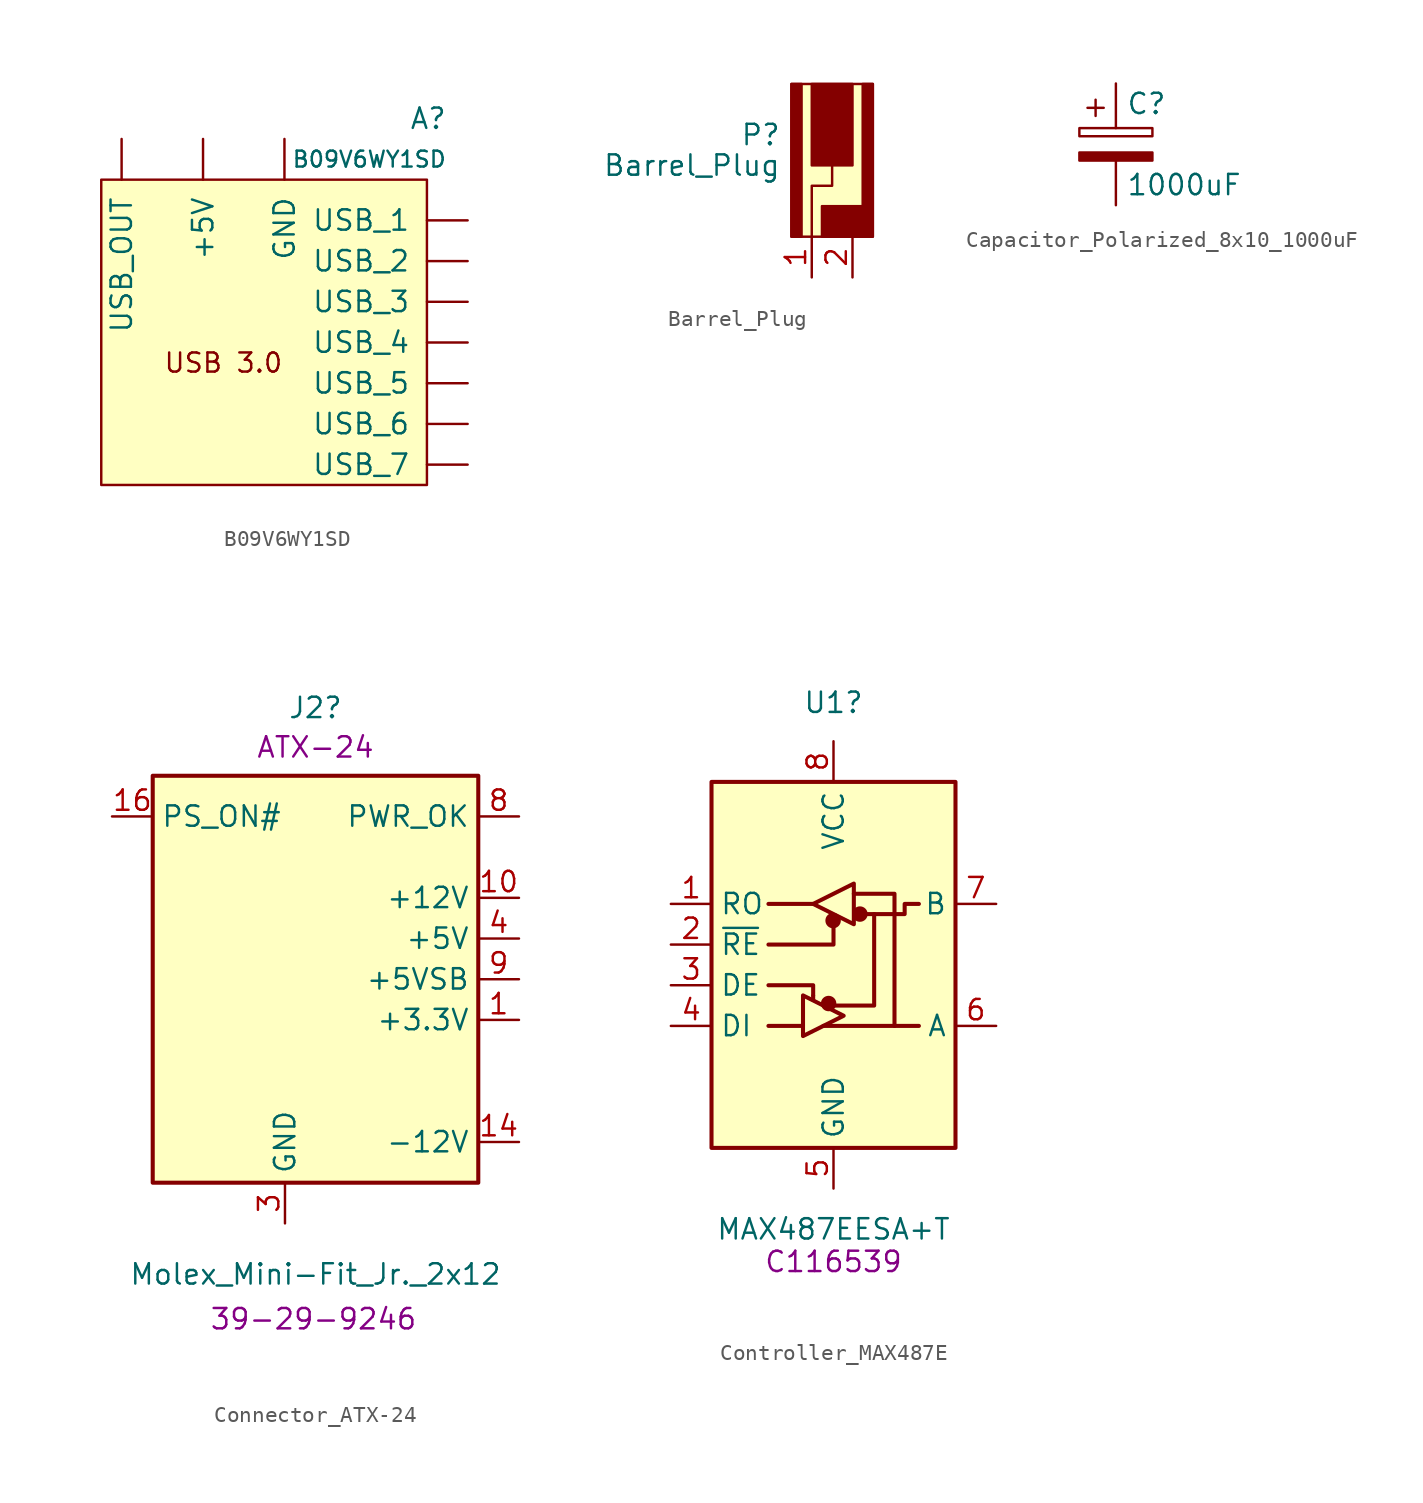
<source format=kicad_sym>
(kicad_symbol_lib
  (version 20220914)
  (generator kicad_symbol_editor)
  (symbol "B09V6WY1SD"
    (pin_names
      (offset 1.016))
    (property "Reference" "A"
      (at 10.16 20.32 0)
      (effects (font (size 1.27 1.27)) (justify right)))
    (property "Value" "B09V6WY1SD"
      (at 10.16 17.78 0)
      (effects (font (size 0.991 0.991)) (justify right)))
    (symbol "B09V6WY1SD_0_0"
      (text "USB 3.0" (at -3.81 5.08 0) (effects (font (size 1.194 1.194))))
      (pin power_in line (at -5.08 19.05 270) (length 2.54) (name "+5V" (effects (font (size 1.27 1.27)))) (number "~" (effects (font (size 1.27 1.27)))))
      (pin power_out line (at 0 19.05 270) (length 2.54) (name "GND" (effects (font (size 1.27 1.27)))) (number "~" (effects (font (size 1.27 1.27)))))
      (pin bidirectional line (at 11.43 13.97 180) (length 2.54) (name "USB_1" (effects (font (size 1.27 1.27)))) (number "~" (effects (font (size 1.27 1.27)))))
      (pin bidirectional line (at 11.43 11.43 180) (length 2.54) (name "USB_2" (effects (font (size 1.27 1.27)))) (number "~" (effects (font (size 1.27 1.27)))))
      (pin bidirectional line (at 11.43 8.89 180) (length 2.54) (name "USB_3" (effects (font (size 1.27 1.27)))) (number "~" (effects (font (size 1.27 1.27)))))
      (pin bidirectional line (at 11.43 6.35 180) (length 2.54) (name "USB_4" (effects (font (size 1.27 1.27)))) (number "~" (effects (font (size 1.27 1.27)))))
      (pin bidirectional line (at 11.43 3.81 180) (length 2.54) (name "USB_5" (effects (font (size 1.27 1.27)))) (number "~" (effects (font (size 1.27 1.27)))))
      (pin bidirectional line (at 11.43 1.27 180) (length 2.54) (name "USB_6" (effects (font (size 1.27 1.27)))) (number "~" (effects (font (size 1.27 1.27)))))
      (pin bidirectional line (at 11.43 -1.27 180) (length 2.54) (name "USB_7" (effects (font (size 1.27 1.27)))) (number "~" (effects (font (size 1.27 1.27)))))
      (pin bidirectional line (at -10.16 19.05 270) (length 2.54) (name "USB_OUT" (effects (font (size 1.27 1.27)))) (number "~" (effects (font (size 1.27 1.27))))))
    (symbol "B09V6WY1SD_0_1"
      (rectangle (start -11.43 16.51) (end 8.89 -2.54) (stroke (width 0) (type default)) (fill (type background)))))
  (symbol "Barrel_Plug"
    (pin_names
      (offset 1.016))
    (property "Reference" "P"
      (at -3.175 6.35 0)
      (effects (font (size 1.27 1.27)) (justify right)))
    (property "Value" "Barrel_Plug"
      (at -3.175 4.445 0)
      (effects (font (size 1.27 1.27)) (justify right)))
    (symbol "Barrel_Plug_0_0"
      (pin unspecified line (at -1.27 -2.54 90) (length 2.54) (name "~" (effects (font (size 1.27 1.27)))) (number "1" (effects (font (size 1.27 1.27)))))
      (pin unspecified line (at 1.27 -2.54 90) (length 2.54) (name "~" (effects (font (size 1.27 1.27)))) (number "2" (effects (font (size 1.27 1.27))))))
    (symbol "Barrel_Plug_0_1"
      (rectangle (start -2.54 9.525) (end -1.905 0) (stroke (width 0) (type default)) (fill (type outline)))
      (rectangle (start -1.27 9.525) (end 1.27 4.445) (stroke (width 0) (type default)) (fill (type outline)))
      (polyline (pts (xy -1.27 0) (xy -1.27 3.175) (xy 0 3.175) (xy 0 4.445)) (stroke (width 0) (type default)) (fill (type none)))
      (rectangle (start 1.905 0) (end -0.635 1.905) (stroke (width 0) (type default)) (fill (type outline)))
      (rectangle (start 2.54 0) (end -2.54 9.525) (stroke (width 0) (type default)) (fill (type background)))
      (rectangle (start 2.54 0) (end 1.905 9.525) (stroke (width 0) (type default)) (fill (type outline)))))
  (symbol "Capacitor_Polarized_8x10_1000uF"
    (pin_numbers hide)
    (pin_names
      (offset 0.254))
    (property "Reference" "C"
      (at 0.635 2.54 0)
      (effects (font (size 1.27 1.27)) (justify left)))
    (property "Value" "1000uF"
      (at 0.635 -2.54 0)
      (effects (font (size 1.27 1.27)) (justify left)))
    (symbol "Capacitor_Polarized_8x10_1000uF_0_1"
      (rectangle (start -2.286 0.508) (end 2.286 1.016) (stroke (width 0) (type default)) (fill (type none)))
      (polyline (pts (xy -1.778 2.286) (xy -0.762 2.286)) (stroke (width 0) (type default)) (fill (type none)))
      (polyline (pts (xy -1.27 2.794) (xy -1.27 1.778)) (stroke (width 0) (type default)) (fill (type none)))
      (rectangle (start 2.286 -0.508) (end -2.286 -1.016) (stroke (width 0) (type default)) (fill (type outline))))
    (symbol "Capacitor_Polarized_8x10_1000uF_1_1"
      (pin passive line (at 0 3.81 270) (length 2.794) (name "~" (effects (font (size 1.27 1.27)))) (number "1" (effects (font (size 1.27 1.27)))))
      (pin passive line (at 0 -3.81 90) (length 2.794) (name "~" (effects (font (size 1.27 1.27)))) (number "2" (effects (font (size 1.27 1.27)))))))
  (symbol "Connector_ATX-24"
    (property "Reference" "J2"
      (at 0 16.942 0)
      (effects (font (size 1.27 1.27))))
    (property "Value" "Molex_Mini-Fit_Jr._2x12"
      (at 0 -18.415 0)
      (effects (font (size 1.27 1.27))))
    (property "Manufacturer PN" "39-29-9246"
      (at -0.127 -21.209 0)
      (effects (font (size 1.27 1.27))))
    (property "Silkscreen" "ATX-24"
      (at 0 14.478 0)
      (effects (font (size 1.27 1.27))))
    (symbol "Connector_ATX-24_0_1"
      (rectangle (start -10.16 12.7) (end 10.16 -12.7) (stroke (width 0.254) (type default)) (fill (type background))))
    (symbol "Connector_ATX-24_1_1"
      (pin power_out line (at 12.7 -2.54 180) (length 2.54) (name "+3.3V" (effects (font (size 1.27 1.27)))) (number "1" (effects (font (size 1.27 1.27)))))
      (pin power_out line (at 12.7 5.08 180) (length 2.54) (name "+12V" (effects (font (size 1.27 1.27)))) (number "10" (effects (font (size 1.27 1.27)))))
      (pin passive line (at 12.7 5.08 180) (length 2.54) hide (name "+12V" (effects (font (size 1.27 1.27)))) (number "11" (effects (font (size 1.27 1.27)))))
      (pin passive line (at 12.7 -2.54 180) (length 2.54) hide (name "+3.3V" (effects (font (size 1.27 1.27)))) (number "12" (effects (font (size 1.27 1.27)))))
      (pin passive line (at 12.7 -2.54 180) (length 2.54) hide (name "+3.3V" (effects (font (size 1.27 1.27)))) (number "13" (effects (font (size 1.27 1.27)))))
      (pin power_out line (at 12.7 -10.16 180) (length 2.54) (name "-12V" (effects (font (size 1.27 1.27)))) (number "14" (effects (font (size 1.27 1.27)))))
      (pin passive line (at -1.905 -15.24 90) (length 2.54) hide (name "GND" (effects (font (size 1.27 1.27)))) (number "15" (effects (font (size 1.27 1.27)))))
      (pin open_collector line (at -12.7 10.16 0) (length 2.54) (name "PS_ON#" (effects (font (size 1.27 1.27)))) (number "16" (effects (font (size 1.27 1.27)))))
      (pin passive line (at -1.905 -15.24 90) (length 2.54) hide (name "GND" (effects (font (size 1.27 1.27)))) (number "17" (effects (font (size 1.27 1.27)))))
      (pin passive line (at -1.905 -15.24 90) (length 2.54) hide (name "GND" (effects (font (size 1.27 1.27)))) (number "18" (effects (font (size 1.27 1.27)))))
      (pin passive line (at -1.905 -15.24 90) (length 2.54) hide (name "GND" (effects (font (size 1.27 1.27)))) (number "19" (effects (font (size 1.27 1.27)))))
      (pin passive line (at 12.7 -2.54 180) (length 2.54) hide (name "+3.3V" (effects (font (size 1.27 1.27)))) (number "2" (effects (font (size 1.27 1.27)))))
      (pin no_connect line (at -10.16 0 0) (length 2.54) hide (name "NC" (effects (font (size 1.27 1.27)))) (number "20" (effects (font (size 1.27 1.27)))))
      (pin passive line (at 12.7 2.54 180) (length 2.54) hide (name "+5V" (effects (font (size 1.27 1.27)))) (number "21" (effects (font (size 1.27 1.27)))))
      (pin passive line (at 12.7 2.54 180) (length 2.54) hide (name "+5V" (effects (font (size 1.27 1.27)))) (number "22" (effects (font (size 1.27 1.27)))))
      (pin passive line (at 12.7 2.54 180) (length 2.54) hide (name "+5V" (effects (font (size 1.27 1.27)))) (number "23" (effects (font (size 1.27 1.27)))))
      (pin passive line (at -1.905 -15.24 90) (length 2.54) hide (name "GND" (effects (font (size 1.27 1.27)))) (number "24" (effects (font (size 1.27 1.27)))))
      (pin power_out line (at -1.905 -15.24 90) (length 2.54) (name "GND" (effects (font (size 1.27 1.27)))) (number "3" (effects (font (size 1.27 1.27)))))
      (pin power_out line (at 12.7 2.54 180) (length 2.54) (name "+5V" (effects (font (size 1.27 1.27)))) (number "4" (effects (font (size 1.27 1.27)))))
      (pin passive line (at -1.905 -15.24 90) (length 2.54) hide (name "GND" (effects (font (size 1.27 1.27)))) (number "5" (effects (font (size 1.27 1.27)))))
      (pin passive line (at 12.7 2.54 180) (length 2.54) hide (name "+5V" (effects (font (size 1.27 1.27)))) (number "6" (effects (font (size 1.27 1.27)))))
      (pin passive line (at -1.905 -15.24 90) (length 2.54) hide (name "GND" (effects (font (size 1.27 1.27)))) (number "7" (effects (font (size 1.27 1.27)))))
      (pin output line (at 12.7 10.16 180) (length 2.54) (name "PWR_OK" (effects (font (size 1.27 1.27)))) (number "8" (effects (font (size 1.27 1.27)))))
      (pin power_out line (at 12.7 0 180) (length 2.54) (name "+5VSB" (effects (font (size 1.27 1.27)))) (number "9" (effects (font (size 1.27 1.27)))))))
  (symbol "Controller_MAX487E"
    (property "Reference" "U1"
      (at 0 15.113 0)
      (effects (font (size 1.27 1.27))))
    (property "Value" "MAX487EESA+T"
      (at 0 -17.78 0)
      (effects (font (size 1.27 1.27))))
    (property "LCSC" "C116539"
      (at 0 -19.812 0)
      (effects (font (size 1.27 1.27))))
    (symbol "Controller_MAX487E_0_1"
      (rectangle (start -7.62 10.16) (end 7.62 -12.7) (stroke (width 0.254) (type default)) (fill (type background)))
      (circle (center -0.305 -3.683) (radius 0.356) (stroke (width 0.254) (type default)) (fill (type outline)))
      (circle (center -0.025 1.499) (radius 0.356) (stroke (width 0.254) (type default)) (fill (type outline)))
      (polyline (pts (xy -4.064 -5.08) (xy -1.905 -5.08)) (stroke (width 0.254) (type default)) (fill (type none)))
      (polyline (pts (xy -4.064 2.54) (xy -1.27 2.54)) (stroke (width 0.254) (type default)) (fill (type none)))
      (polyline (pts (xy -1.27 -3.2) (xy -1.27 -3.454)) (stroke (width 0.254) (type default)) (fill (type none)))
      (polyline (pts (xy -0.635 -5.08) (xy 5.334 -5.08)) (stroke (width 0.254) (type default)) (fill (type none)))
      (polyline (pts (xy -4.064 -2.54) (xy -1.27 -2.54) (xy -1.27 -3.175)) (stroke (width 0.254) (type default)) (fill (type none)))
      (polyline (pts (xy 0 1.27) (xy 0 0) (xy -4.064 0)) (stroke (width 0.254) (type default)) (fill (type none)))
      (polyline (pts (xy 1.27 3.175) (xy 3.81 3.175) (xy 3.81 -5.08)) (stroke (width 0.254) (type default)) (fill (type none)))
      (polyline (pts (xy 2.54 1.905) (xy 2.54 -3.81) (xy 0 -3.81)) (stroke (width 0.254) (type default)) (fill (type none)))
      (polyline (pts (xy -1.905 -3.175) (xy -1.905 -5.715) (xy 0.635 -4.445) (xy -1.905 -3.175)) (stroke (width 0.254) (type default)) (fill (type none)))
      (polyline (pts (xy -1.27 2.54) (xy 1.27 3.81) (xy 1.27 1.27) (xy -1.27 2.54)) (stroke (width 0.254) (type default)) (fill (type none)))
      (polyline (pts (xy 1.905 1.905) (xy 4.445 1.905) (xy 4.445 2.54) (xy 5.334 2.54)) (stroke (width 0.254) (type default)) (fill (type none)))
      (rectangle (start 1.27 3.175) (end 1.27 3.175) (stroke (width 0) (type default)) (fill (type none)))
      (circle (center 1.651 1.905) (radius 0.356) (stroke (width 0.254) (type default)) (fill (type outline))))
    (symbol "Controller_MAX487E_1_1"
      (pin output line (at -10.16 2.54 0) (length 2.54) (name "RO" (effects (font (size 1.27 1.27)))) (number "1" (effects (font (size 1.27 1.27)))))
      (pin input line (at -10.16 0 0) (length 2.54) (name "~{RE}" (effects (font (size 1.27 1.27)))) (number "2" (effects (font (size 1.27 1.27)))))
      (pin input line (at -10.16 -2.54 0) (length 2.54) (name "DE" (effects (font (size 1.27 1.27)))) (number "3" (effects (font (size 1.27 1.27)))))
      (pin input line (at -10.16 -5.08 0) (length 2.54) (name "DI" (effects (font (size 1.27 1.27)))) (number "4" (effects (font (size 1.27 1.27)))))
      (pin power_in line (at 0 -15.24 90) (length 2.54) (name "GND" (effects (font (size 1.27 1.27)))) (number "5" (effects (font (size 1.27 1.27)))))
      (pin bidirectional line (at 10.16 -5.08 180) (length 2.54) (name "A" (effects (font (size 1.27 1.27)))) (number "6" (effects (font (size 1.27 1.27)))))
      (pin bidirectional line (at 10.16 2.54 180) (length 2.54) (name "B" (effects (font (size 1.27 1.27)))) (number "7" (effects (font (size 1.27 1.27)))))
      (pin power_in line (at 0 12.7 270) (length 2.54) (name "VCC" (effects (font (size 1.27 1.27)))) (number "8" (effects (font (size 1.27 1.27))))))))
</source>
